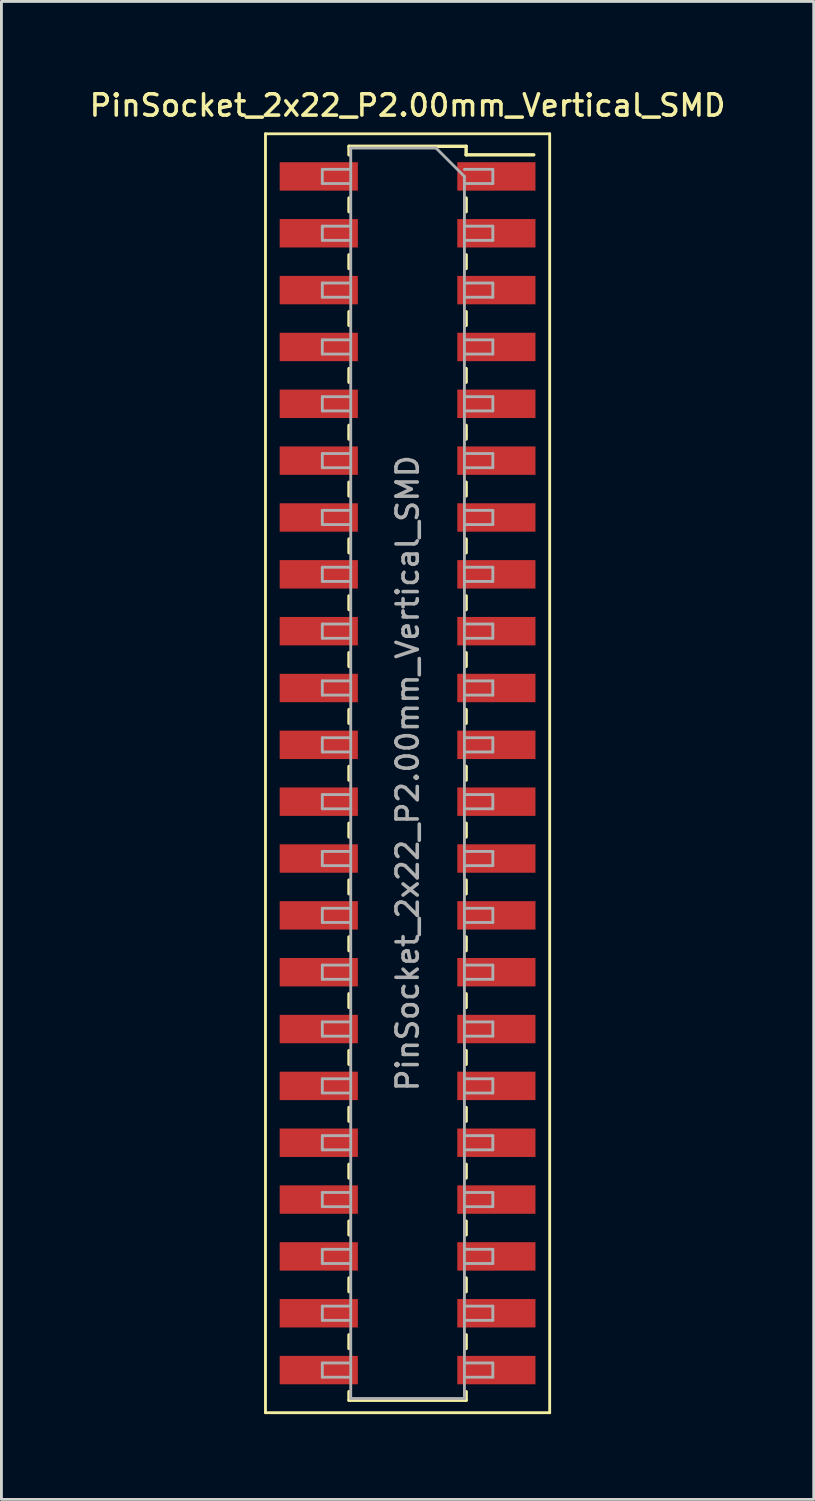
<source format=kicad_pcb>
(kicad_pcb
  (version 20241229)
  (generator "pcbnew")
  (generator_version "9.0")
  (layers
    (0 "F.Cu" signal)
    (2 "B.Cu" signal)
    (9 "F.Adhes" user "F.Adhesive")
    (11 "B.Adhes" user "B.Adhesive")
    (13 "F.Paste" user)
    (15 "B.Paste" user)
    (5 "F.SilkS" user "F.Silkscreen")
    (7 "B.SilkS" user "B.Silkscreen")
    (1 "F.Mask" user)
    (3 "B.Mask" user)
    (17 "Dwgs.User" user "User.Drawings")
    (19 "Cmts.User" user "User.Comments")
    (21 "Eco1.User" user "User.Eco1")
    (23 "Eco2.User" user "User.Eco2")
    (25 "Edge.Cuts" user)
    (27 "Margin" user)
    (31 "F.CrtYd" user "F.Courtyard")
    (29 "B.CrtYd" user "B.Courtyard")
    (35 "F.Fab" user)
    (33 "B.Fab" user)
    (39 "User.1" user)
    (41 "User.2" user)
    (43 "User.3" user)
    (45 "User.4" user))
  (footprint "PinSocket_2x22_P2.00mm_Vertical_SMD"
    (layer "F.Cu")
    (at 11.291 24.158)
    (property "Reference" "PinSocket_2x22_P2.00mm_Vertical_SMD" (at 0 -23.5 0) (layer "F.SilkS") (effects (font (size 0.75 0.75) (thickness 0.125))))
    (attr smd)
    (fp_line (start -5 -22.5) (end 5 -22.5) (stroke (width 0.1) (type solid)) (layer "F.SilkS"))
    (fp_line (start -5 22.5) (end -5 -22.5) (stroke (width 0.1) (type solid)) (layer "F.SilkS"))
    (fp_line (start -2.06 -22.06) (end -2.06 -21.76) (stroke (width 0.12) (type solid)) (layer "F.SilkS"))
    (fp_line (start -2.06 -22.06) (end 2.06 -22.06) (stroke (width 0.12) (type solid)) (layer "F.SilkS"))
    (fp_line (start -2.06 -20.24) (end -2.06 -19.76) (stroke (width 0.12) (type solid)) (layer "F.SilkS"))
    (fp_line (start -2.06 -18.24) (end -2.06 -17.76) (stroke (width 0.12) (type solid)) (layer "F.SilkS"))
    (fp_line (start -2.06 -16.24) (end -2.06 -15.76) (stroke (width 0.12) (type solid)) (layer "F.SilkS"))
    (fp_line (start -2.06 -14.24) (end -2.06 -13.76) (stroke (width 0.12) (type solid)) (layer "F.SilkS"))
    (fp_line (start -2.06 -12.24) (end -2.06 -11.76) (stroke (width 0.12) (type solid)) (layer "F.SilkS"))
    (fp_line (start -2.06 -10.24) (end -2.06 -9.76) (stroke (width 0.12) (type solid)) (layer "F.SilkS"))
    (fp_line (start -2.06 -8.24) (end -2.06 -7.76) (stroke (width 0.12) (type solid)) (layer "F.SilkS"))
    (fp_line (start -2.06 -6.24) (end -2.06 -5.76) (stroke (width 0.12) (type solid)) (layer "F.SilkS"))
    (fp_line (start -2.06 -4.24) (end -2.06 -3.76) (stroke (width 0.12) (type solid)) (layer "F.SilkS"))
    (fp_line (start -2.06 -2.24) (end -2.06 -1.76) (stroke (width 0.12) (type solid)) (layer "F.SilkS"))
    (fp_line (start -2.06 -0.24) (end -2.06 0.24) (stroke (width 0.12) (type solid)) (layer "F.SilkS"))
    (fp_line (start -2.06 1.76) (end -2.06 2.24) (stroke (width 0.12) (type solid)) (layer "F.SilkS"))
    (fp_line (start -2.06 3.76) (end -2.06 4.24) (stroke (width 0.12) (type solid)) (layer "F.SilkS"))
    (fp_line (start -2.06 5.76) (end -2.06 6.24) (stroke (width 0.12) (type solid)) (layer "F.SilkS"))
    (fp_line (start -2.06 7.76) (end -2.06 8.24) (stroke (width 0.12) (type solid)) (layer "F.SilkS"))
    (fp_line (start -2.06 9.76) (end -2.06 10.24) (stroke (width 0.12) (type solid)) (layer "F.SilkS"))
    (fp_line (start -2.06 11.76) (end -2.06 12.24) (stroke (width 0.12) (type solid)) (layer "F.SilkS"))
    (fp_line (start -2.06 13.76) (end -2.06 14.24) (stroke (width 0.12) (type solid)) (layer "F.SilkS"))
    (fp_line (start -2.06 15.76) (end -2.06 16.24) (stroke (width 0.12) (type solid)) (layer "F.SilkS"))
    (fp_line (start -2.06 17.76) (end -2.06 18.24) (stroke (width 0.12) (type solid)) (layer "F.SilkS"))
    (fp_line (start -2.06 19.76) (end -2.06 20.24) (stroke (width 0.12) (type solid)) (layer "F.SilkS"))
    (fp_line (start -2.06 21.76) (end -2.06 22.06) (stroke (width 0.12) (type solid)) (layer "F.SilkS"))
    (fp_line (start -2.06 22.06) (end 2.06 22.06) (stroke (width 0.12) (type solid)) (layer "F.SilkS"))
    (fp_line (start 2.06 -22.06) (end 2.06 -21.76) (stroke (width 0.12) (type solid)) (layer "F.SilkS"))
    (fp_line (start 2.06 -21.76) (end 4.44 -21.76) (stroke (width 0.12) (type solid)) (layer "F.SilkS"))
    (fp_line (start 2.06 -20.24) (end 2.06 -19.76) (stroke (width 0.12) (type solid)) (layer "F.SilkS"))
    (fp_line (start 2.06 -18.24) (end 2.06 -17.76) (stroke (width 0.12) (type solid)) (layer "F.SilkS"))
    (fp_line (start 2.06 -16.24) (end 2.06 -15.76) (stroke (width 0.12) (type solid)) (layer "F.SilkS"))
    (fp_line (start 2.06 -14.24) (end 2.06 -13.76) (stroke (width 0.12) (type solid)) (layer "F.SilkS"))
    (fp_line (start 2.06 -12.24) (end 2.06 -11.76) (stroke (width 0.12) (type solid)) (layer "F.SilkS"))
    (fp_line (start 2.06 -10.24) (end 2.06 -9.76) (stroke (width 0.12) (type solid)) (layer "F.SilkS"))
    (fp_line (start 2.06 -8.24) (end 2.06 -7.76) (stroke (width 0.12) (type solid)) (layer "F.SilkS"))
    (fp_line (start 2.06 -6.24) (end 2.06 -5.76) (stroke (width 0.12) (type solid)) (layer "F.SilkS"))
    (fp_line (start 2.06 -4.24) (end 2.06 -3.76) (stroke (width 0.12) (type solid)) (layer "F.SilkS"))
    (fp_line (start 2.06 -2.24) (end 2.06 -1.76) (stroke (width 0.12) (type solid)) (layer "F.SilkS"))
    (fp_line (start 2.06 -0.24) (end 2.06 0.24) (stroke (width 0.12) (type solid)) (layer "F.SilkS"))
    (fp_line (start 2.06 1.76) (end 2.06 2.24) (stroke (width 0.12) (type solid)) (layer "F.SilkS"))
    (fp_line (start 2.06 3.76) (end 2.06 4.24) (stroke (width 0.12) (type solid)) (layer "F.SilkS"))
    (fp_line (start 2.06 5.76) (end 2.06 6.24) (stroke (width 0.12) (type solid)) (layer "F.SilkS"))
    (fp_line (start 2.06 7.76) (end 2.06 8.24) (stroke (width 0.12) (type solid)) (layer "F.SilkS"))
    (fp_line (start 2.06 9.76) (end 2.06 10.24) (stroke (width 0.12) (type solid)) (layer "F.SilkS"))
    (fp_line (start 2.06 11.76) (end 2.06 12.24) (stroke (width 0.12) (type solid)) (layer "F.SilkS"))
    (fp_line (start 2.06 13.76) (end 2.06 14.24) (stroke (width 0.12) (type solid)) (layer "F.SilkS"))
    (fp_line (start 2.06 15.76) (end 2.06 16.24) (stroke (width 0.12) (type solid)) (layer "F.SilkS"))
    (fp_line (start 2.06 17.76) (end 2.06 18.24) (stroke (width 0.12) (type solid)) (layer "F.SilkS"))
    (fp_line (start 2.06 19.76) (end 2.06 20.24) (stroke (width 0.12) (type solid)) (layer "F.SilkS"))
    (fp_line (start 2.06 21.76) (end 2.06 22.06) (stroke (width 0.12) (type solid)) (layer "F.SilkS"))
    (fp_line (start 5 -22.5) (end 5 22.5) (stroke (width 0.1) (type solid)) (layer "F.SilkS"))
    (fp_line (start 5 22.5) (end -5 22.5) (stroke (width 0.1) (type solid)) (layer "F.SilkS"))
    (fp_line (start -3 -21.25) (end -2 -21.25) (stroke (width 0.1) (type solid)) (layer "F.Fab"))
    (fp_line (start -3 -20.75) (end -3 -21.25) (stroke (width 0.1) (type solid)) (layer "F.Fab"))
    (fp_line (start -3 -19.25) (end -2 -19.25) (stroke (width 0.1) (type solid)) (layer "F.Fab"))
    (fp_line (start -3 -18.75) (end -3 -19.25) (stroke (width 0.1) (type solid)) (layer "F.Fab"))
    (fp_line (start -3 -17.25) (end -2 -17.25) (stroke (width 0.1) (type solid)) (layer "F.Fab"))
    (fp_line (start -3 -16.75) (end -3 -17.25) (stroke (width 0.1) (type solid)) (layer "F.Fab"))
    (fp_line (start -3 -15.25) (end -2 -15.25) (stroke (width 0.1) (type solid)) (layer "F.Fab"))
    (fp_line (start -3 -14.75) (end -3 -15.25) (stroke (width 0.1) (type solid)) (layer "F.Fab"))
    (fp_line (start -3 -13.25) (end -2 -13.25) (stroke (width 0.1) (type solid)) (layer "F.Fab"))
    (fp_line (start -3 -12.75) (end -3 -13.25) (stroke (width 0.1) (type solid)) (layer "F.Fab"))
    (fp_line (start -3 -11.25) (end -2 -11.25) (stroke (width 0.1) (type solid)) (layer "F.Fab"))
    (fp_line (start -3 -10.75) (end -3 -11.25) (stroke (width 0.1) (type solid)) (layer "F.Fab"))
    (fp_line (start -3 -9.25) (end -2 -9.25) (stroke (width 0.1) (type solid)) (layer "F.Fab"))
    (fp_line (start -3 -8.75) (end -3 -9.25) (stroke (width 0.1) (type solid)) (layer "F.Fab"))
    (fp_line (start -3 -7.25) (end -2 -7.25) (stroke (width 0.1) (type solid)) (layer "F.Fab"))
    (fp_line (start -3 -6.75) (end -3 -7.25) (stroke (width 0.1) (type solid)) (layer "F.Fab"))
    (fp_line (start -3 -5.25) (end -2 -5.25) (stroke (width 0.1) (type solid)) (layer "F.Fab"))
    (fp_line (start -3 -4.75) (end -3 -5.25) (stroke (width 0.1) (type solid)) (layer "F.Fab"))
    (fp_line (start -3 -3.25) (end -2 -3.25) (stroke (width 0.1) (type solid)) (layer "F.Fab"))
    (fp_line (start -3 -2.75) (end -3 -3.25) (stroke (width 0.1) (type solid)) (layer "F.Fab"))
    (fp_line (start -3 -1.25) (end -2 -1.25) (stroke (width 0.1) (type solid)) (layer "F.Fab"))
    (fp_line (start -3 -0.75) (end -3 -1.25) (stroke (width 0.1) (type solid)) (layer "F.Fab"))
    (fp_line (start -3 0.75) (end -2 0.75) (stroke (width 0.1) (type solid)) (layer "F.Fab"))
    (fp_line (start -3 1.25) (end -3 0.75) (stroke (width 0.1) (type solid)) (layer "F.Fab"))
    (fp_line (start -3 2.75) (end -2 2.75) (stroke (width 0.1) (type solid)) (layer "F.Fab"))
    (fp_line (start -3 3.25) (end -3 2.75) (stroke (width 0.1) (type solid)) (layer "F.Fab"))
    (fp_line (start -3 4.75) (end -2 4.75) (stroke (width 0.1) (type solid)) (layer "F.Fab"))
    (fp_line (start -3 5.25) (end -3 4.75) (stroke (width 0.1) (type solid)) (layer "F.Fab"))
    (fp_line (start -3 6.75) (end -2 6.75) (stroke (width 0.1) (type solid)) (layer "F.Fab"))
    (fp_line (start -3 7.25) (end -3 6.75) (stroke (width 0.1) (type solid)) (layer "F.Fab"))
    (fp_line (start -3 8.75) (end -2 8.75) (stroke (width 0.1) (type solid)) (layer "F.Fab"))
    (fp_line (start -3 9.25) (end -3 8.75) (stroke (width 0.1) (type solid)) (layer "F.Fab"))
    (fp_line (start -3 10.75) (end -2 10.75) (stroke (width 0.1) (type solid)) (layer "F.Fab"))
    (fp_line (start -3 11.25) (end -3 10.75) (stroke (width 0.1) (type solid)) (layer "F.Fab"))
    (fp_line (start -3 12.75) (end -2 12.75) (stroke (width 0.1) (type solid)) (layer "F.Fab"))
    (fp_line (start -3 13.25) (end -3 12.75) (stroke (width 0.1) (type solid)) (layer "F.Fab"))
    (fp_line (start -3 14.75) (end -2 14.75) (stroke (width 0.1) (type solid)) (layer "F.Fab"))
    (fp_line (start -3 15.25) (end -3 14.75) (stroke (width 0.1) (type solid)) (layer "F.Fab"))
    (fp_line (start -3 16.75) (end -2 16.75) (stroke (width 0.1) (type solid)) (layer "F.Fab"))
    (fp_line (start -3 17.25) (end -3 16.75) (stroke (width 0.1) (type solid)) (layer "F.Fab"))
    (fp_line (start -3 18.75) (end -2 18.75) (stroke (width 0.1) (type solid)) (layer "F.Fab"))
    (fp_line (start -3 19.25) (end -3 18.75) (stroke (width 0.1) (type solid)) (layer "F.Fab"))
    (fp_line (start -3 20.75) (end -2 20.75) (stroke (width 0.1) (type solid)) (layer "F.Fab"))
    (fp_line (start -3 21.25) (end -3 20.75) (stroke (width 0.1) (type solid)) (layer "F.Fab"))
    (fp_line (start -2 -22) (end 1 -22) (stroke (width 0.1) (type solid)) (layer "F.Fab"))
    (fp_line (start -2 -20.75) (end -3 -20.75) (stroke (width 0.1) (type solid)) (layer "F.Fab"))
    (fp_line (start -2 -18.75) (end -3 -18.75) (stroke (width 0.1) (type solid)) (layer "F.Fab"))
    (fp_line (start -2 -16.75) (end -3 -16.75) (stroke (width 0.1) (type solid)) (layer "F.Fab"))
    (fp_line (start -2 -14.75) (end -3 -14.75) (stroke (width 0.1) (type solid)) (layer "F.Fab"))
    (fp_line (start -2 -12.75) (end -3 -12.75) (stroke (width 0.1) (type solid)) (layer "F.Fab"))
    (fp_line (start -2 -10.75) (end -3 -10.75) (stroke (width 0.1) (type solid)) (layer "F.Fab"))
    (fp_line (start -2 -8.75) (end -3 -8.75) (stroke (width 0.1) (type solid)) (layer "F.Fab"))
    (fp_line (start -2 -6.75) (end -3 -6.75) (stroke (width 0.1) (type solid)) (layer "F.Fab"))
    (fp_line (start -2 -4.75) (end -3 -4.75) (stroke (width 0.1) (type solid)) (layer "F.Fab"))
    (fp_line (start -2 -2.75) (end -3 -2.75) (stroke (width 0.1) (type solid)) (layer "F.Fab"))
    (fp_line (start -2 -0.75) (end -3 -0.75) (stroke (width 0.1) (type solid)) (layer "F.Fab"))
    (fp_line (start -2 1.25) (end -3 1.25) (stroke (width 0.1) (type solid)) (layer "F.Fab"))
    (fp_line (start -2 3.25) (end -3 3.25) (stroke (width 0.1) (type solid)) (layer "F.Fab"))
    (fp_line (start -2 5.25) (end -3 5.25) (stroke (width 0.1) (type solid)) (layer "F.Fab"))
    (fp_line (start -2 7.25) (end -3 7.25) (stroke (width 0.1) (type solid)) (layer "F.Fab"))
    (fp_line (start -2 9.25) (end -3 9.25) (stroke (width 0.1) (type solid)) (layer "F.Fab"))
    (fp_line (start -2 11.25) (end -3 11.25) (stroke (width 0.1) (type solid)) (layer "F.Fab"))
    (fp_line (start -2 13.25) (end -3 13.25) (stroke (width 0.1) (type solid)) (layer "F.Fab"))
    (fp_line (start -2 15.25) (end -3 15.25) (stroke (width 0.1) (type solid)) (layer "F.Fab"))
    (fp_line (start -2 17.25) (end -3 17.25) (stroke (width 0.1) (type solid)) (layer "F.Fab"))
    (fp_line (start -2 19.25) (end -3 19.25) (stroke (width 0.1) (type solid)) (layer "F.Fab"))
    (fp_line (start -2 21.25) (end -3 21.25) (stroke (width 0.1) (type solid)) (layer "F.Fab"))
    (fp_line (start -2 22) (end -2 -22) (stroke (width 0.1) (type solid)) (layer "F.Fab"))
    (fp_line (start 1 -22) (end 2 -21) (stroke (width 0.1) (type solid)) (layer "F.Fab"))
    (fp_line (start 2 -21.25) (end 3 -21.25) (stroke (width 0.1) (type solid)) (layer "F.Fab"))
    (fp_line (start 2 -21) (end 2 22) (stroke (width 0.1) (type solid)) (layer "F.Fab"))
    (fp_line (start 2 -19.25) (end 3 -19.25) (stroke (width 0.1) (type solid)) (layer "F.Fab"))
    (fp_line (start 2 -17.25) (end 3 -17.25) (stroke (width 0.1) (type solid)) (layer "F.Fab"))
    (fp_line (start 2 -15.25) (end 3 -15.25) (stroke (width 0.1) (type solid)) (layer "F.Fab"))
    (fp_line (start 2 -13.25) (end 3 -13.25) (stroke (width 0.1) (type solid)) (layer "F.Fab"))
    (fp_line (start 2 -11.25) (end 3 -11.25) (stroke (width 0.1) (type solid)) (layer "F.Fab"))
    (fp_line (start 2 -9.25) (end 3 -9.25) (stroke (width 0.1) (type solid)) (layer "F.Fab"))
    (fp_line (start 2 -7.25) (end 3 -7.25) (stroke (width 0.1) (type solid)) (layer "F.Fab"))
    (fp_line (start 2 -5.25) (end 3 -5.25) (stroke (width 0.1) (type solid)) (layer "F.Fab"))
    (fp_line (start 2 -3.25) (end 3 -3.25) (stroke (width 0.1) (type solid)) (layer "F.Fab"))
    (fp_line (start 2 -1.25) (end 3 -1.25) (stroke (width 0.1) (type solid)) (layer "F.Fab"))
    (fp_line (start 2 0.75) (end 3 0.75) (stroke (width 0.1) (type solid)) (layer "F.Fab"))
    (fp_line (start 2 2.75) (end 3 2.75) (stroke (width 0.1) (type solid)) (layer "F.Fab"))
    (fp_line (start 2 4.75) (end 3 4.75) (stroke (width 0.1) (type solid)) (layer "F.Fab"))
    (fp_line (start 2 6.75) (end 3 6.75) (stroke (width 0.1) (type solid)) (layer "F.Fab"))
    (fp_line (start 2 8.75) (end 3 8.75) (stroke (width 0.1) (type solid)) (layer "F.Fab"))
    (fp_line (start 2 10.75) (end 3 10.75) (stroke (width 0.1) (type solid)) (layer "F.Fab"))
    (fp_line (start 2 12.75) (end 3 12.75) (stroke (width 0.1) (type solid)) (layer "F.Fab"))
    (fp_line (start 2 14.75) (end 3 14.75) (stroke (width 0.1) (type solid)) (layer "F.Fab"))
    (fp_line (start 2 16.75) (end 3 16.75) (stroke (width 0.1) (type solid)) (layer "F.Fab"))
    (fp_line (start 2 18.75) (end 3 18.75) (stroke (width 0.1) (type solid)) (layer "F.Fab"))
    (fp_line (start 2 20.75) (end 3 20.75) (stroke (width 0.1) (type solid)) (layer "F.Fab"))
    (fp_line (start 2 22) (end -2 22) (stroke (width 0.1) (type solid)) (layer "F.Fab"))
    (fp_line (start 3 -21.25) (end 3 -20.75) (stroke (width 0.1) (type solid)) (layer "F.Fab"))
    (fp_line (start 3 -20.75) (end 2 -20.75) (stroke (width 0.1) (type solid)) (layer "F.Fab"))
    (fp_line (start 3 -19.25) (end 3 -18.75) (stroke (width 0.1) (type solid)) (layer "F.Fab"))
    (fp_line (start 3 -18.75) (end 2 -18.75) (stroke (width 0.1) (type solid)) (layer "F.Fab"))
    (fp_line (start 3 -17.25) (end 3 -16.75) (stroke (width 0.1) (type solid)) (layer "F.Fab"))
    (fp_line (start 3 -16.75) (end 2 -16.75) (stroke (width 0.1) (type solid)) (layer "F.Fab"))
    (fp_line (start 3 -15.25) (end 3 -14.75) (stroke (width 0.1) (type solid)) (layer "F.Fab"))
    (fp_line (start 3 -14.75) (end 2 -14.75) (stroke (width 0.1) (type solid)) (layer "F.Fab"))
    (fp_line (start 3 -13.25) (end 3 -12.75) (stroke (width 0.1) (type solid)) (layer "F.Fab"))
    (fp_line (start 3 -12.75) (end 2 -12.75) (stroke (width 0.1) (type solid)) (layer "F.Fab"))
    (fp_line (start 3 -11.25) (end 3 -10.75) (stroke (width 0.1) (type solid)) (layer "F.Fab"))
    (fp_line (start 3 -10.75) (end 2 -10.75) (stroke (width 0.1) (type solid)) (layer "F.Fab"))
    (fp_line (start 3 -9.25) (end 3 -8.75) (stroke (width 0.1) (type solid)) (layer "F.Fab"))
    (fp_line (start 3 -8.75) (end 2 -8.75) (stroke (width 0.1) (type solid)) (layer "F.Fab"))
    (fp_line (start 3 -7.25) (end 3 -6.75) (stroke (width 0.1) (type solid)) (layer "F.Fab"))
    (fp_line (start 3 -6.75) (end 2 -6.75) (stroke (width 0.1) (type solid)) (layer "F.Fab"))
    (fp_line (start 3 -5.25) (end 3 -4.75) (stroke (width 0.1) (type solid)) (layer "F.Fab"))
    (fp_line (start 3 -4.75) (end 2 -4.75) (stroke (width 0.1) (type solid)) (layer "F.Fab"))
    (fp_line (start 3 -3.25) (end 3 -2.75) (stroke (width 0.1) (type solid)) (layer "F.Fab"))
    (fp_line (start 3 -2.75) (end 2 -2.75) (stroke (width 0.1) (type solid)) (layer "F.Fab"))
    (fp_line (start 3 -1.25) (end 3 -0.75) (stroke (width 0.1) (type solid)) (layer "F.Fab"))
    (fp_line (start 3 -0.75) (end 2 -0.75) (stroke (width 0.1) (type solid)) (layer "F.Fab"))
    (fp_line (start 3 0.75) (end 3 1.25) (stroke (width 0.1) (type solid)) (layer "F.Fab"))
    (fp_line (start 3 1.25) (end 2 1.25) (stroke (width 0.1) (type solid)) (layer "F.Fab"))
    (fp_line (start 3 2.75) (end 3 3.25) (stroke (width 0.1) (type solid)) (layer "F.Fab"))
    (fp_line (start 3 3.25) (end 2 3.25) (stroke (width 0.1) (type solid)) (layer "F.Fab"))
    (fp_line (start 3 4.75) (end 3 5.25) (stroke (width 0.1) (type solid)) (layer "F.Fab"))
    (fp_line (start 3 5.25) (end 2 5.25) (stroke (width 0.1) (type solid)) (layer "F.Fab"))
    (fp_line (start 3 6.75) (end 3 7.25) (stroke (width 0.1) (type solid)) (layer "F.Fab"))
    (fp_line (start 3 7.25) (end 2 7.25) (stroke (width 0.1) (type solid)) (layer "F.Fab"))
    (fp_line (start 3 8.75) (end 3 9.25) (stroke (width 0.1) (type solid)) (layer "F.Fab"))
    (fp_line (start 3 9.25) (end 2 9.25) (stroke (width 0.1) (type solid)) (layer "F.Fab"))
    (fp_line (start 3 10.75) (end 3 11.25) (stroke (width 0.1) (type solid)) (layer "F.Fab"))
    (fp_line (start 3 11.25) (end 2 11.25) (stroke (width 0.1) (type solid)) (layer "F.Fab"))
    (fp_line (start 3 12.75) (end 3 13.25) (stroke (width 0.1) (type solid)) (layer "F.Fab"))
    (fp_line (start 3 13.25) (end 2 13.25) (stroke (width 0.1) (type solid)) (layer "F.Fab"))
    (fp_line (start 3 14.75) (end 3 15.25) (stroke (width 0.1) (type solid)) (layer "F.Fab"))
    (fp_line (start 3 15.25) (end 2 15.25) (stroke (width 0.1) (type solid)) (layer "F.Fab"))
    (fp_line (start 3 16.75) (end 3 17.25) (stroke (width 0.1) (type solid)) (layer "F.Fab"))
    (fp_line (start 3 17.25) (end 2 17.25) (stroke (width 0.1) (type solid)) (layer "F.Fab"))
    (fp_line (start 3 18.75) (end 3 19.25) (stroke (width 0.1) (type solid)) (layer "F.Fab"))
    (fp_line (start 3 19.25) (end 2 19.25) (stroke (width 0.1) (type solid)) (layer "F.Fab"))
    (fp_line (start 3 20.75) (end 3 21.25) (stroke (width 0.1) (type solid)) (layer "F.Fab"))
    (fp_line (start 3 21.25) (end 2 21.25) (stroke (width 0.1) (type solid)) (layer "F.Fab"))
    (fp_text user "${REFERENCE}" (at 0 0 90) (layer "F.Fab") (effects (font (size 0.75 0.75) (thickness 0.125))))
    (pad "1" smd rect (at 3.125 -21) (size 2.75 1) (layers "F.Cu" "F.Mask" "F.Paste"))
    (pad "2" smd rect (at -3.125 -21) (size 2.75 1) (layers "F.Cu" "F.Mask" "F.Paste"))
    (pad "3" smd rect (at 3.125 -19) (size 2.75 1) (layers "F.Cu" "F.Mask" "F.Paste"))
    (pad "4" smd rect (at -3.125 -19) (size 2.75 1) (layers "F.Cu" "F.Mask" "F.Paste"))
    (pad "5" smd rect (at 3.125 -17) (size 2.75 1) (layers "F.Cu" "F.Mask" "F.Paste"))
    (pad "6" smd rect (at -3.125 -17) (size 2.75 1) (layers "F.Cu" "F.Mask" "F.Paste"))
    (pad "7" smd rect (at 3.125 -15) (size 2.75 1) (layers "F.Cu" "F.Mask" "F.Paste"))
    (pad "8" smd rect (at -3.125 -15) (size 2.75 1) (layers "F.Cu" "F.Mask" "F.Paste"))
    (pad "9" smd rect (at 3.125 -13) (size 2.75 1) (layers "F.Cu" "F.Mask" "F.Paste"))
    (pad "10" smd rect (at -3.125 -13) (size 2.75 1) (layers "F.Cu" "F.Mask" "F.Paste"))
    (pad "11" smd rect (at 3.125 -11) (size 2.75 1) (layers "F.Cu" "F.Mask" "F.Paste"))
    (pad "12" smd rect (at -3.125 -11) (size 2.75 1) (layers "F.Cu" "F.Mask" "F.Paste"))
    (pad "13" smd rect (at 3.125 -9) (size 2.75 1) (layers "F.Cu" "F.Mask" "F.Paste"))
    (pad "14" smd rect (at -3.125 -9) (size 2.75 1) (layers "F.Cu" "F.Mask" "F.Paste"))
    (pad "15" smd rect (at 3.125 -7) (size 2.75 1) (layers "F.Cu" "F.Mask" "F.Paste"))
    (pad "16" smd rect (at -3.125 -7) (size 2.75 1) (layers "F.Cu" "F.Mask" "F.Paste"))
    (pad "17" smd rect (at 3.125 -5) (size 2.75 1) (layers "F.Cu" "F.Mask" "F.Paste"))
    (pad "18" smd rect (at -3.125 -5) (size 2.75 1) (layers "F.Cu" "F.Mask" "F.Paste"))
    (pad "19" smd rect (at 3.125 -3) (size 2.75 1) (layers "F.Cu" "F.Mask" "F.Paste"))
    (pad "20" smd rect (at -3.125 -3) (size 2.75 1) (layers "F.Cu" "F.Mask" "F.Paste"))
    (pad "21" smd rect (at 3.125 -1) (size 2.75 1) (layers "F.Cu" "F.Mask" "F.Paste"))
    (pad "22" smd rect (at -3.125 -1) (size 2.75 1) (layers "F.Cu" "F.Mask" "F.Paste"))
    (pad "23" smd rect (at 3.125 1) (size 2.75 1) (layers "F.Cu" "F.Mask" "F.Paste"))
    (pad "24" smd rect (at -3.125 1) (size 2.75 1) (layers "F.Cu" "F.Mask" "F.Paste"))
    (pad "25" smd rect (at 3.125 3) (size 2.75 1) (layers "F.Cu" "F.Mask" "F.Paste"))
    (pad "26" smd rect (at -3.125 3) (size 2.75 1) (layers "F.Cu" "F.Mask" "F.Paste"))
    (pad "27" smd rect (at 3.125 5) (size 2.75 1) (layers "F.Cu" "F.Mask" "F.Paste"))
    (pad "28" smd rect (at -3.125 5) (size 2.75 1) (layers "F.Cu" "F.Mask" "F.Paste"))
    (pad "29" smd rect (at 3.125 7) (size 2.75 1) (layers "F.Cu" "F.Mask" "F.Paste"))
    (pad "30" smd rect (at -3.125 7) (size 2.75 1) (layers "F.Cu" "F.Mask" "F.Paste"))
    (pad "31" smd rect (at 3.125 9) (size 2.75 1) (layers "F.Cu" "F.Mask" "F.Paste"))
    (pad "32" smd rect (at -3.125 9) (size 2.75 1) (layers "F.Cu" "F.Mask" "F.Paste"))
    (pad "33" smd rect (at 3.125 11) (size 2.75 1) (layers "F.Cu" "F.Mask" "F.Paste"))
    (pad "34" smd rect (at -3.125 11) (size 2.75 1) (layers "F.Cu" "F.Mask" "F.Paste"))
    (pad "35" smd rect (at 3.125 13) (size 2.75 1) (layers "F.Cu" "F.Mask" "F.Paste"))
    (pad "36" smd rect (at -3.125 13) (size 2.75 1) (layers "F.Cu" "F.Mask" "F.Paste"))
    (pad "37" smd rect (at 3.125 15) (size 2.75 1) (layers "F.Cu" "F.Mask" "F.Paste"))
    (pad "38" smd rect (at -3.125 15) (size 2.75 1) (layers "F.Cu" "F.Mask" "F.Paste"))
    (pad "39" smd rect (at 3.125 17) (size 2.75 1) (layers "F.Cu" "F.Mask" "F.Paste"))
    (pad "40" smd rect (at -3.125 17) (size 2.75 1) (layers "F.Cu" "F.Mask" "F.Paste"))
    (pad "41" smd rect (at 3.125 19) (size 2.75 1) (layers "F.Cu" "F.Mask" "F.Paste"))
    (pad "42" smd rect (at -3.125 19) (size 2.75 1) (layers "F.Cu" "F.Mask" "F.Paste"))
    (pad "43" smd rect (at 3.125 21) (size 2.75 1) (layers "F.Cu" "F.Mask" "F.Paste"))
    (pad "44" smd rect (at -3.125 21) (size 2.75 1) (layers "F.Cu" "F.Mask" "F.Paste")))
  (gr_rect
    (start -3 -3)
    (end 25.582 49.708)
    (stroke (width 0.1) (type default))
    (fill no)
    (layer "Edge.Cuts")))
</source>
